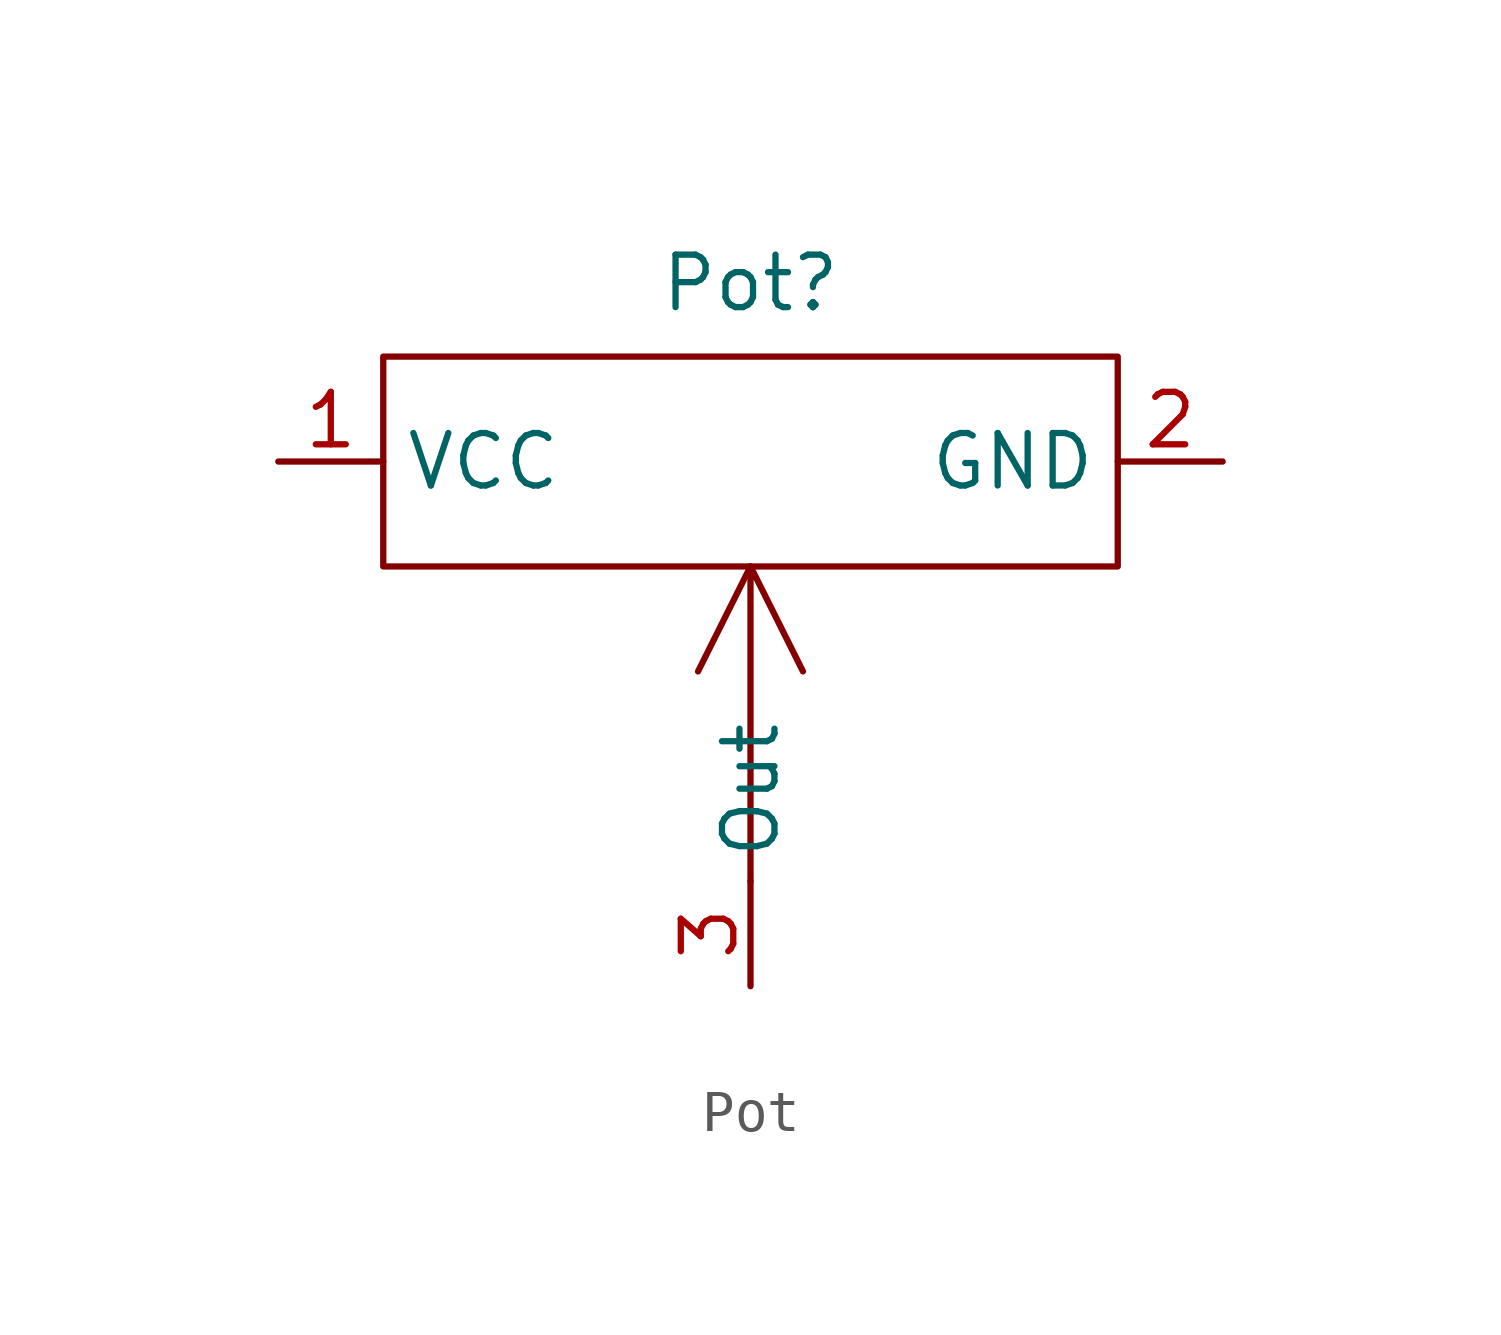
<source format=kicad_sym>
(kicad_symbol_lib
  (version 20231120)
  (generator "kicad_symbol_editor")
  (generator_version "8.0")
  (symbol "Pot"
    (property "Reference" "Pot"
      (at 0 6.858 0)
      (effects (font (size 1.27 1.27))))
    (property "Value" ""
      (at 0 6.858 0)
      (effects (font (size 1.27 1.27))))
    (symbol "Pot_0_1"
      (rectangle (start -8.89 5.08) (end 8.89 0) (stroke (width 0) (type default)) (fill (type none)))
      (polyline (pts (xy -1.27 -2.54) (xy 0 0)) (stroke (width 0) (type default)) (fill (type none)))
      (polyline (pts (xy 0 -7.62) (xy 0 0) (xy 1.27 -2.54)) (stroke (width 0) (type default)) (fill (type none))))
    (symbol "Pot_1_1"
      (pin power_in line (at -11.43 2.54 0) (length 2.54) (name "VCC" (effects (font (size 1.27 1.27)))) (number "1" (effects (font (size 1.27 1.27)))))
      (pin power_in line (at 11.43 2.54 180) (length 2.54) (name "GND" (effects (font (size 1.27 1.27)))) (number "2" (effects (font (size 1.27 1.27)))))
      (pin output line (at 0 -10.16 90) (length 2.54) (name "Out" (effects (font (size 1.27 1.27)))) (number "3" (effects (font (size 1.27 1.27))))))))
</source>
